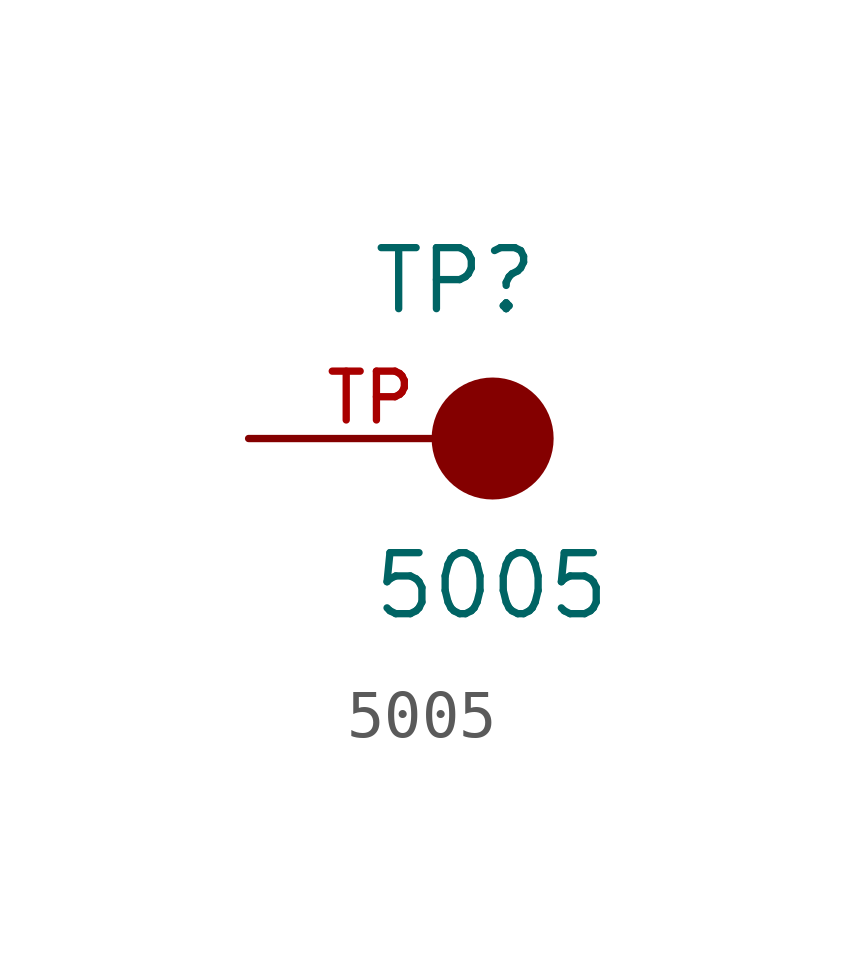
<source format=kicad_sym>
(kicad_symbol_lib
  (version 20211014)
  (generator kicad_symbol_editor)
  (symbol "5005"
    (pin_names
      (offset 1.016))
    (property "Reference" "TP"
      (at -2.54 2.54 0)
      (effects (font (size 1.27 1.27)) (justify bottom left)))
    (property "Value" "5005"
      (at -2.54 -3.81 0)
      (effects (font (size 1.27 1.27)) (justify bottom left)))
    (symbol "5005_0_0"
      (circle (center 0.0 0.0) (radius 0.635) (stroke (width 1.27)) (fill (type none)))
      (pin passive line (at -5.08 0.0 0) (length 5.08) (name "~" (effects (font (size 1.016 1.016)))) (number "TP" (effects (font (size 1.016 1.016))))))))
</source>
